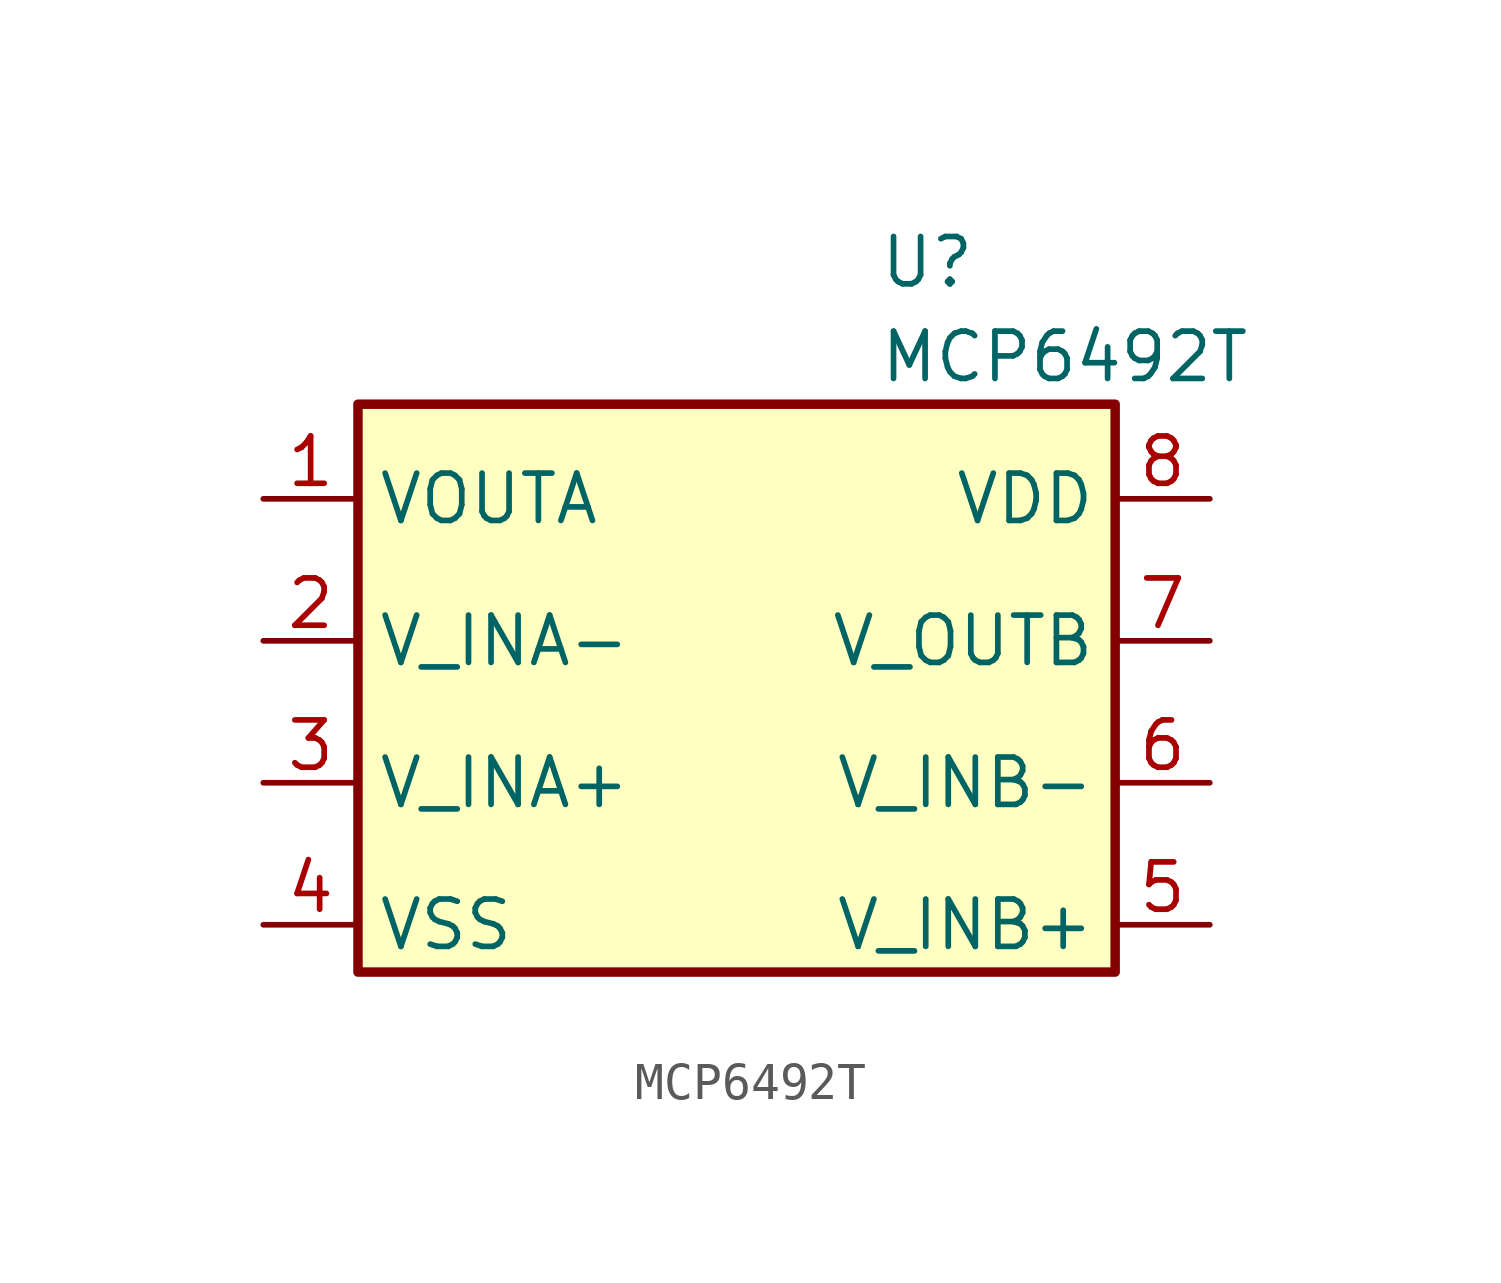
<source format=kicad_sym>
(kicad_symbol_lib
  (version 20220914)
  (generator kicad_symbol_editor)
  (symbol "MCP6492T"
    (property "Reference" "U"
      (at 3.81 11.43 0)
      (effects (font (size 1.27 1.27)) (justify left)))
    (property "Value" "MCP6492T"
      (at 3.81 8.89 0)
      (effects (font (size 1.27 1.27)) (justify left)))
    (symbol "MCP6492T_0_1"
      (rectangle (start -10.16 -7.62) (end 10.16 7.62) (stroke (width 0.254) (type default)) (fill (type background))))
    (symbol "MCP6492T_1_1"
      (pin output line (at -12.7 5.08 0) (length 2.54) (name "VOUTA" (effects (font (size 1.27 1.27)))) (number "1" (effects (font (size 1.27 1.27)))))
      (pin input line (at -12.7 1.27 0) (length 2.54) (name "V_INA-" (effects (font (size 1.27 1.27)))) (number "2" (effects (font (size 1.27 1.27)))))
      (pin input line (at -12.7 -2.54 0) (length 2.54) (name "V_INA+" (effects (font (size 1.27 1.27)))) (number "3" (effects (font (size 1.27 1.27)))))
      (pin passive line (at -12.7 -6.35 0) (length 2.54) (name "VSS" (effects (font (size 1.27 1.27)))) (number "4" (effects (font (size 1.27 1.27)))))
      (pin input line (at 12.7 -6.35 180) (length 2.54) (name "V_INB+" (effects (font (size 1.27 1.27)))) (number "5" (effects (font (size 1.27 1.27)))))
      (pin input line (at 12.7 -2.54 180) (length 2.54) (name "V_INB-" (effects (font (size 1.27 1.27)))) (number "6" (effects (font (size 1.27 1.27)))))
      (pin output line (at 12.7 1.27 180) (length 2.54) (name "V_OUTB" (effects (font (size 1.27 1.27)))) (number "7" (effects (font (size 1.27 1.27)))))
      (pin power_in line (at 12.7 5.08 180) (length 2.54) (name "VDD" (effects (font (size 1.27 1.27)))) (number "8" (effects (font (size 1.27 1.27))))))))
</source>
